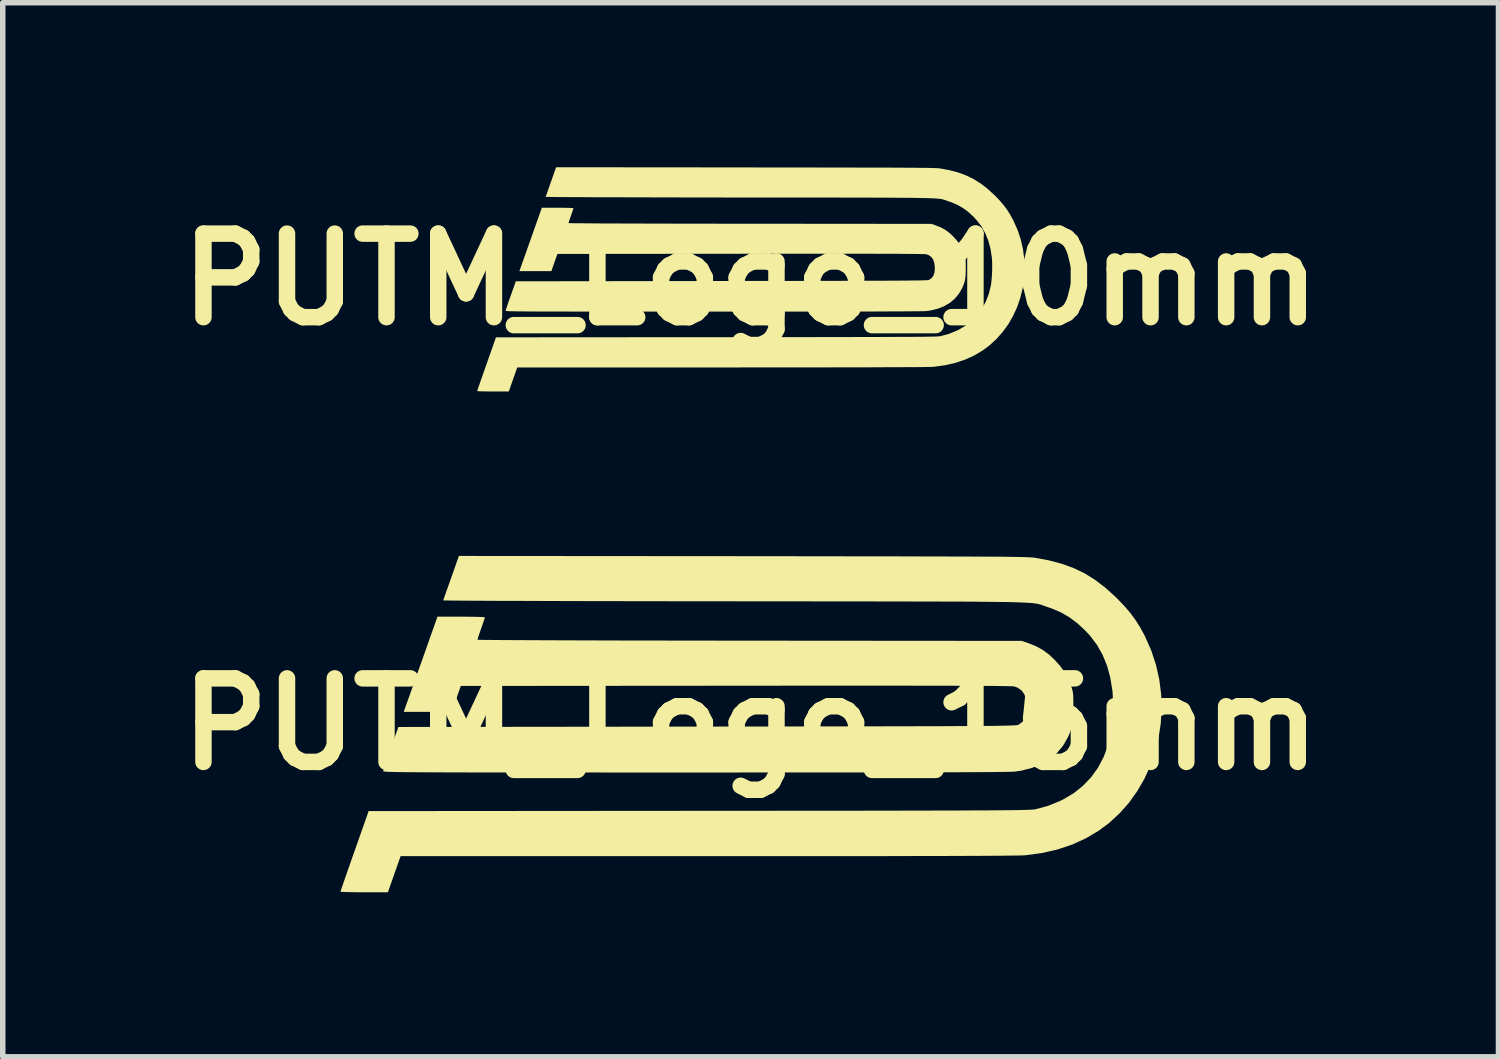
<source format=kicad_pcb>
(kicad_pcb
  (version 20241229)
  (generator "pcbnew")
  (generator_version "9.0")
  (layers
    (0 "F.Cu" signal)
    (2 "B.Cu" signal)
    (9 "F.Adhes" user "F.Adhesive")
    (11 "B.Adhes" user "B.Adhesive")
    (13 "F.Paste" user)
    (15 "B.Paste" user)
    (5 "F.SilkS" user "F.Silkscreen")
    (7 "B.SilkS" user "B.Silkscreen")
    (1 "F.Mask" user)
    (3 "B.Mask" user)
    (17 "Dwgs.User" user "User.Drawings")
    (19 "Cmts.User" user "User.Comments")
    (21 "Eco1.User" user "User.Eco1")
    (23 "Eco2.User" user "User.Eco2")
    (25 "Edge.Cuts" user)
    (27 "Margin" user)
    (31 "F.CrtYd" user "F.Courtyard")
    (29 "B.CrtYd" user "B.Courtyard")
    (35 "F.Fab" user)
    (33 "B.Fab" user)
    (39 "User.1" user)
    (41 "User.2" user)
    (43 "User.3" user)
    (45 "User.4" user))
  (footprint "PUTM_Logo_15mm"
    (layer "F.Cu")
    (at 10.639 10.156)
    (property "Reference" "PUTM_Logo_15mm" (at 0 0 0) (layer "F.SilkS") (effects (font (size 1.524 1.524) (thickness 0.3))))
    (attr board_only exclude_from_pos_files exclude_from_bom allow_missing_courtyard)
    (fp_poly (pts (xy -5.168 -1.959) (xy -5.068 -1.958) (xy -4.982 -1.956) (xy -4.914 -1.954) (xy -4.868 -1.951) (xy -4.847 -1.947) (xy -4.847 -1.946) (xy -4.851 -1.928) (xy -4.864 -1.887) (xy -4.884 -1.83) (xy -4.908 -1.761) (xy -4.914 -1.744) (xy -4.939 -1.673) (xy -4.959 -1.612) (xy -4.974 -1.566) (xy -4.981 -1.542) (xy -4.981 -1.54) (xy -4.966 -1.539) (xy -4.922 -1.537) (xy -4.85 -1.536) (xy -4.749 -1.535) (xy -4.621 -1.534) (xy -4.466 -1.533) (xy -4.286 -1.532) (xy -4.08 -1.531) (xy -3.849 -1.53) (xy -3.595 -1.529) (xy -3.317 -1.528) (xy -3.016 -1.527) (xy -2.693 -1.526) (xy -2.349 -1.525) (xy -1.984 -1.525) (xy -1.599 -1.524) (xy -1.195 -1.523) (xy -0.772 -1.523) (xy -0.331 -1.522) (xy -0.019 -1.522) (xy 4.944 -1.518) (xy 5.064 -1.477) (xy 5.207 -1.42) (xy 5.331 -1.351) (xy 5.447 -1.265) (xy 5.542 -1.175) (xy 5.651 -1.054) (xy 5.737 -0.93) (xy 5.805 -0.796) (xy 5.844 -0.696) (xy 5.86 -0.65) (xy 5.871 -0.611) (xy 5.878 -0.572) (xy 5.883 -0.526) (xy 5.885 -0.468) (xy 5.886 -0.391) (xy 5.886 -0.314) (xy 5.885 -0.192) (xy 5.88 -0.093) (xy 5.871 -0.011) (xy 5.855 0.063) (xy 5.832 0.133) (xy 5.801 0.208) (xy 5.783 0.247) (xy 5.696 0.397) (xy 5.586 0.527) (xy 5.455 0.639) (xy 5.302 0.729) (xy 5.13 0.799) (xy 4.94 0.848) (xy 4.812 0.867) (xy 4.785 0.868) (xy 4.735 0.87) (xy 4.661 0.871) (xy 4.562 0.872) (xy 4.438 0.874) (xy 4.288 0.875) (xy 4.114 0.876) (xy 3.913 0.877) (xy 3.687 0.878) (xy 3.434 0.878) (xy 3.154 0.879) (xy 2.848 0.88) (xy 2.514 0.88) (xy 2.152 0.881) (xy 1.763 0.881) (xy 1.345 0.882) (xy 0.899 0.882) (xy 0.425 0.882) (xy -0.079 0.882) (xy -0.613 0.883) (xy -1.017 0.883) (xy -1.508 0.883) (xy -1.969 0.883) (xy -2.403 0.883) (xy -2.81 0.882) (xy -3.19 0.882) (xy -3.544 0.882) (xy -3.874 0.882) (xy -4.181 0.882) (xy -4.464 0.882) (xy -4.725 0.882) (xy -4.966 0.881) (xy -5.186 0.881) (xy -5.387 0.88) (xy -5.569 0.88) (xy -5.734 0.879) (xy -5.882 0.879) (xy -6.014 0.878) (xy -6.131 0.877) (xy -6.234 0.877) (xy -6.325 0.876) (xy -6.402 0.875) (xy -6.469 0.874) (xy -6.525 0.872) (xy -6.571 0.871) (xy -6.609 0.87) (xy -6.638 0.868) (xy -6.661 0.866) (xy -6.678 0.865) (xy -6.689 0.863) (xy -6.696 0.861) (xy -6.7 0.859) (xy -6.701 0.857) (xy -6.701 0.856) (xy -6.696 0.836) (xy -6.682 0.791) (xy -6.66 0.726) (xy -6.633 0.644) (xy -6.6 0.55) (xy -6.564 0.448) (xy -6.562 0.441) (xy -6.423 0.052) (xy -0.792 0.045) (xy -0.303 0.044) (xy 0.157 0.044) (xy 0.589 0.043) (xy 0.994 0.042) (xy 1.372 0.042) (xy 1.725 0.041) (xy 2.054 0.041) (xy 2.358 0.04) (xy 2.64 0.039) (xy 2.9 0.039) (xy 3.139 0.038) (xy 3.358 0.038) (xy 3.558 0.037) (xy 3.739 0.036) (xy 3.903 0.035) (xy 4.051 0.034) (xy 4.182 0.034) (xy 4.299 0.033) (xy 4.403 0.032) (xy 4.493 0.031) (xy 4.571 0.029) (xy 4.638 0.028) (xy 4.694 0.027) (xy 4.742 0.025) (xy 4.78 0.024) (xy 4.812 0.022) (xy 4.836 0.021) (xy 4.854 0.019) (xy 4.868 0.017) (xy 4.878 0.015) (xy 4.884 0.013) (xy 4.886 0.012) (xy 4.954 -0.038) (xy 5.001 -0.101) (xy 5.029 -0.183) (xy 5.039 -0.285) (xy 5.038 -0.342) (xy 5.023 -0.456) (xy 4.991 -0.546) (xy 4.941 -0.615) (xy 4.87 -0.664) (xy 4.809 -0.687) (xy 4.795 -0.689) (xy 4.765 -0.69) (xy 4.717 -0.692) (xy 4.652 -0.693) (xy 4.568 -0.694) (xy 4.465 -0.696) (xy 4.342 -0.697) (xy 4.199 -0.697) (xy 4.036 -0.698) (xy 3.85 -0.699) (xy 3.643 -0.7) (xy 3.412 -0.7) (xy 3.158 -0.7) (xy 2.88 -0.701) (xy 2.576 -0.701) (xy 2.248 -0.701) (xy 1.893 -0.701) (xy 1.512 -0.701) (xy 1.103 -0.701) (xy 0.666 -0.701) (xy 0.201 -0.7) (xy -0.268 -0.7) (xy -5.285 -0.696) (xy -5.368 -0.46) (xy -5.451 -0.224) (xy -6.326 -0.224) (xy -6.306 -0.28) (xy -6.296 -0.309) (xy -6.277 -0.363) (xy -6.25 -0.438) (xy -6.217 -0.53) (xy -6.179 -0.638) (xy -6.137 -0.757) (xy -6.092 -0.884) (xy -6.045 -1.017) (xy -5.997 -1.151) (xy -5.95 -1.283) (xy -5.905 -1.411) (xy -5.863 -1.53) (xy -5.825 -1.639) (xy -5.791 -1.732) (xy -5.765 -1.808) (xy -5.745 -1.863) (xy -5.734 -1.894) (xy -5.734 -1.896) (xy -5.711 -1.96) (xy -5.279 -1.96)) (stroke (width 0) (type solid)) (fill yes) (layer "F.SilkS"))
    (fp_poly (pts (xy -0.143 -3.063) (xy 0.327 -3.062) (xy 0.769 -3.062) (xy 1.182 -3.061) (xy 1.569 -3.061) (xy 1.929 -3.06) (xy 2.264 -3.06) (xy 2.575 -3.06) (xy 2.862 -3.059) (xy 3.127 -3.058) (xy 3.371 -3.058) (xy 3.594 -3.057) (xy 3.798 -3.057) (xy 3.983 -3.056) (xy 4.15 -3.055) (xy 4.301 -3.054) (xy 4.436 -3.054) (xy 4.557 -3.053) (xy 4.663 -3.052) (xy 4.757 -3.05) (xy 4.838 -3.049) (xy 4.909 -3.048) (xy 4.969 -3.047) (xy 5.021 -3.045) (xy 5.064 -3.043) (xy 5.1 -3.042) (xy 5.129 -3.04) (xy 5.154 -3.038) (xy 5.174 -3.036) (xy 5.19 -3.034) (xy 5.192 -3.033) (xy 5.447 -2.985) (xy 5.68 -2.923) (xy 5.894 -2.845) (xy 6.094 -2.748) (xy 6.284 -2.63) (xy 6.468 -2.489) (xy 6.651 -2.324) (xy 6.687 -2.289) (xy 6.814 -2.157) (xy 6.921 -2.032) (xy 7.013 -1.908) (xy 7.097 -1.776) (xy 7.179 -1.628) (xy 7.195 -1.595) (xy 7.307 -1.341) (xy 7.393 -1.081) (xy 7.453 -0.815) (xy 7.487 -0.547) (xy 7.496 -0.279) (xy 7.48 -0.012) (xy 7.44 0.251) (xy 7.377 0.508) (xy 7.291 0.758) (xy 7.182 0.997) (xy 7.051 1.223) (xy 6.899 1.436) (xy 6.725 1.631) (xy 6.532 1.808) (xy 6.345 1.946) (xy 6.114 2.083) (xy 5.866 2.196) (xy 5.6 2.285) (xy 5.319 2.35) (xy 5.023 2.39) (xy 4.992 2.393) (xy 4.959 2.394) (xy 4.9 2.396) (xy 4.814 2.397) (xy 4.702 2.398) (xy 4.563 2.4) (xy 4.398 2.401) (xy 4.204 2.402) (xy 3.984 2.403) (xy 3.736 2.404) (xy 3.46 2.405) (xy 3.156 2.405) (xy 2.824 2.406) (xy 2.463 2.407) (xy 2.074 2.407) (xy 1.656 2.407) (xy 1.209 2.408) (xy 0.733 2.408) (xy 0.228 2.408) (xy -0.307 2.408) (xy -0.792 2.408) (xy -6.383 2.408) (xy -6.499 2.737) (xy -6.615 3.067) (xy -7.047 3.067) (xy -7.158 3.066) (xy -7.257 3.065) (xy -7.343 3.063) (xy -7.411 3.061) (xy -7.458 3.059) (xy -7.479 3.056) (xy -7.48 3.055) (xy -7.475 3.039) (xy -7.461 2.998) (xy -7.439 2.934) (xy -7.41 2.849) (xy -7.375 2.748) (xy -7.334 2.631) (xy -7.289 2.502) (xy -7.24 2.364) (xy -7.223 2.315) (xy -6.966 1.586) (xy -0.944 1.581) (xy -0.436 1.581) (xy 0.043 1.581) (xy 0.494 1.58) (xy 0.918 1.58) (xy 1.315 1.579) (xy 1.686 1.579) (xy 2.033 1.579) (xy 2.356 1.578) (xy 2.656 1.578) (xy 2.934 1.577) (xy 3.191 1.577) (xy 3.427 1.576) (xy 3.643 1.576) (xy 3.841 1.575) (xy 4.021 1.574) (xy 4.185 1.573) (xy 4.332 1.573) (xy 4.464 1.572) (xy 4.581 1.571) (xy 4.686 1.57) (xy 4.777 1.569) (xy 4.857 1.568) (xy 4.926 1.567) (xy 4.985 1.565) (xy 5.034 1.564) (xy 5.076 1.562) (xy 5.11 1.561) (xy 5.138 1.559) (xy 5.159 1.557) (xy 5.176 1.556) (xy 5.189 1.554) (xy 5.194 1.553) (xy 5.428 1.489) (xy 5.651 1.398) (xy 5.699 1.374) (xy 5.89 1.261) (xy 6.06 1.126) (xy 6.208 0.971) (xy 6.334 0.797) (xy 6.437 0.603) (xy 6.517 0.392) (xy 6.573 0.163) (xy 6.575 0.155) (xy 6.589 0.057) (xy 6.599 -0.063) (xy 6.606 -0.194) (xy 6.609 -0.328) (xy 6.608 -0.456) (xy 6.602 -0.568) (xy 6.598 -0.612) (xy 6.559 -0.85) (xy 6.5 -1.066) (xy 6.419 -1.264) (xy 6.316 -1.446) (xy 6.19 -1.613) (xy 6.103 -1.706) (xy 5.96 -1.839) (xy 5.817 -1.946) (xy 5.666 -2.034) (xy 5.5 -2.106) (xy 5.404 -2.139) (xy 5.378 -2.148) (xy 5.356 -2.156) (xy 5.336 -2.163) (xy 5.317 -2.17) (xy 5.298 -2.177) (xy 5.278 -2.183) (xy 5.256 -2.188) (xy 5.232 -2.194) (xy 5.204 -2.198) (xy 5.172 -2.203) (xy 5.134 -2.207) (xy 5.089 -2.211) (xy 5.037 -2.214) (xy 4.977 -2.217) (xy 4.907 -2.22) (xy 4.828 -2.222) (xy 4.737 -2.225) (xy 4.634 -2.227) (xy 4.518 -2.228) (xy 4.387 -2.23) (xy 4.242 -2.231) (xy 4.081 -2.233) (xy 3.903 -2.234) (xy 3.708 -2.235) (xy 3.493 -2.235) (xy 3.259 -2.236) (xy 3.005 -2.236) (xy 2.728 -2.237) (xy 2.43 -2.237) (xy 2.107 -2.238) (xy 1.761 -2.238) (xy 1.389 -2.238) (xy 0.991 -2.239) (xy 0.565 -2.239) (xy 0.111 -2.239) (xy -0.297 -2.24) (xy -0.693 -2.24) (xy -1.083 -2.24) (xy -1.463 -2.241) (xy -1.833 -2.242) (xy -2.193 -2.242) (xy -2.541 -2.243) (xy -2.875 -2.243) (xy -3.196 -2.244) (xy -3.501 -2.245) (xy -3.79 -2.246) (xy -4.062 -2.247) (xy -4.315 -2.248) (xy -4.549 -2.248) (xy -4.763 -2.249) (xy -4.955 -2.25) (xy -5.124 -2.251) (xy -5.27 -2.252) (xy -5.391 -2.253) (xy -5.486 -2.254) (xy -5.555 -2.255) (xy -5.595 -2.256) (xy -5.607 -2.257) (xy -5.601 -2.274) (xy -5.586 -2.315) (xy -5.564 -2.377) (xy -5.536 -2.457) (xy -5.503 -2.549) (xy -5.467 -2.652) (xy -5.461 -2.668) (xy -5.32 -3.067)) (stroke (width 0) (type solid)) (fill yes) (layer "F.SilkS")))
  (footprint "PUTM_Logo_10mm"
    (layer "F.Cu")
    (at 10.639 2.045)
    (property "Reference" "PUTM_Logo_10mm" (at 0 0 0) (layer "F.SilkS") (effects (font (size 1.524 1.524) (thickness 0.3))))
    (attr board_only exclude_from_pos_files exclude_from_bom allow_missing_courtyard)
    (fp_poly (pts (xy -3.445 -1.306) (xy -3.379 -1.305) (xy -3.321 -1.304) (xy -3.276 -1.302) (xy -3.245 -1.3) (xy -3.232 -1.298) (xy -3.231 -1.298) (xy -3.234 -1.285) (xy -3.243 -1.258) (xy -3.256 -1.22) (xy -3.272 -1.174) (xy -3.276 -1.162) (xy -3.293 -1.115) (xy -3.306 -1.074) (xy -3.316 -1.044) (xy -3.321 -1.028) (xy -3.321 -1.027) (xy -3.311 -1.026) (xy -3.282 -1.025) (xy -3.233 -1.024) (xy -3.166 -1.023) (xy -3.081 -1.023) (xy -2.978 -1.022) (xy -2.857 -1.021) (xy -2.72 -1.02) (xy -2.566 -1.02) (xy -2.396 -1.019) (xy -2.211 -1.018) (xy -2.011 -1.018) (xy -1.796 -1.017) (xy -1.566 -1.017) (xy -1.323 -1.016) (xy -1.066 -1.016) (xy -0.797 -1.016) (xy -0.515 -1.015) (xy -0.22 -1.015) (xy -0.012 -1.015) (xy 3.296 -1.012) (xy 3.376 -0.985) (xy 3.471 -0.947) (xy 3.554 -0.901) (xy 3.631 -0.843) (xy 3.695 -0.783) (xy 3.767 -0.702) (xy 3.825 -0.62) (xy 3.87 -0.531) (xy 3.896 -0.464) (xy 3.906 -0.434) (xy 3.914 -0.408) (xy 3.919 -0.381) (xy 3.922 -0.351) (xy 3.923 -0.312) (xy 3.924 -0.26) (xy 3.924 -0.209) (xy 3.923 -0.128) (xy 3.92 -0.062) (xy 3.914 -0.007) (xy 3.903 0.042) (xy 3.888 0.089) (xy 3.867 0.139) (xy 3.856 0.165) (xy 3.797 0.264) (xy 3.724 0.352) (xy 3.636 0.426) (xy 3.535 0.486) (xy 3.42 0.533) (xy 3.293 0.565) (xy 3.208 0.578) (xy 3.19 0.579) (xy 3.157 0.58) (xy 3.107 0.581) (xy 3.041 0.582) (xy 2.958 0.582) (xy 2.859 0.583) (xy 2.743 0.584) (xy 2.609 0.584) (xy 2.458 0.585) (xy 2.289 0.586) (xy 2.103 0.586) (xy 1.898 0.587) (xy 1.676 0.587) (xy 1.435 0.587) (xy 1.175 0.588) (xy 0.897 0.588) (xy 0.6 0.588) (xy 0.283 0.588) (xy -0.053 0.588) (xy -0.409 0.588) (xy -0.678 0.588) (xy -1.005 0.588) (xy -1.313 0.588) (xy -1.602 0.588) (xy -1.873 0.588) (xy -2.127 0.588) (xy -2.363 0.588) (xy -2.583 0.588) (xy -2.787 0.588) (xy -2.976 0.588) (xy -3.15 0.588) (xy -3.311 0.587) (xy -3.457 0.587) (xy -3.591 0.587) (xy -3.713 0.587) (xy -3.822 0.586) (xy -3.921 0.586) (xy -4.009 0.585) (xy -4.087 0.585) (xy -4.156 0.584) (xy -4.216 0.584) (xy -4.268 0.583) (xy -4.313 0.582) (xy -4.35 0.582) (xy -4.381 0.581) (xy -4.406 0.58) (xy -4.426 0.579) (xy -4.441 0.578) (xy -4.452 0.577) (xy -4.459 0.575) (xy -4.464 0.574) (xy -4.466 0.573) (xy -4.467 0.571) (xy -4.467 0.571) (xy -4.464 0.557) (xy -4.454 0.527) (xy -4.44 0.484) (xy -4.422 0.43) (xy -4.4 0.367) (xy -4.376 0.299) (xy -4.374 0.294) (xy -4.282 0.035) (xy -0.528 0.03) (xy -0.202 0.029) (xy 0.105 0.029) (xy 0.393 0.029) (xy 0.663 0.028) (xy 0.915 0.028) (xy 1.15 0.027) (xy 1.369 0.027) (xy 1.572 0.027) (xy 1.76 0.026) (xy 1.934 0.026) (xy 2.093 0.025) (xy 2.239 0.025) (xy 2.372 0.025) (xy 2.493 0.024) (xy 2.602 0.024) (xy 2.7 0.023) (xy 2.788 0.022) (xy 2.866 0.022) (xy 2.935 0.021) (xy 2.995 0.02) (xy 3.047 0.02) (xy 3.092 0.019) (xy 3.13 0.018) (xy 3.161 0.017) (xy 3.187 0.016) (xy 3.208 0.015) (xy 3.224 0.014) (xy 3.236 0.013) (xy 3.245 0.011) (xy 3.252 0.01) (xy 3.256 0.009) (xy 3.257 0.008) (xy 3.303 -0.025) (xy 3.334 -0.068) (xy 3.353 -0.122) (xy 3.359 -0.19) (xy 3.359 -0.228) (xy 3.349 -0.304) (xy 3.328 -0.364) (xy 3.294 -0.41) (xy 3.247 -0.443) (xy 3.206 -0.458) (xy 3.197 -0.459) (xy 3.176 -0.46) (xy 3.145 -0.461) (xy 3.101 -0.462) (xy 3.045 -0.463) (xy 2.977 -0.464) (xy 2.895 -0.464) (xy 2.8 -0.465) (xy 2.69 -0.466) (xy 2.567 -0.466) (xy 2.428 -0.466) (xy 2.275 -0.467) (xy 2.105 -0.467) (xy 1.92 -0.467) (xy 1.718 -0.467) (xy 1.499 -0.467) (xy 1.262 -0.467) (xy 1.008 -0.467) (xy 0.735 -0.467) (xy 0.444 -0.467) (xy 0.134 -0.467) (xy -0.178 -0.467) (xy -3.523 -0.464) (xy -3.579 -0.307) (xy -3.634 -0.15) (xy -4.217 -0.15) (xy -4.204 -0.187) (xy -4.197 -0.206) (xy -4.185 -0.242) (xy -4.167 -0.292) (xy -4.145 -0.354) (xy -4.119 -0.425) (xy -4.091 -0.505) (xy -4.061 -0.59) (xy -4.03 -0.678) (xy -3.998 -0.767) (xy -3.967 -0.855) (xy -3.937 -0.941) (xy -3.909 -1.02) (xy -3.883 -1.093) (xy -3.861 -1.155) (xy -3.843 -1.206) (xy -3.83 -1.242) (xy -3.823 -1.262) (xy -3.822 -1.264) (xy -3.808 -1.306) (xy -3.519 -1.306)) (stroke (width 0) (type solid)) (fill yes) (layer "F.SilkS"))
    (fp_poly (pts (xy -0.095 -2.042) (xy 0.218 -2.041) (xy 0.513 -2.041) (xy 0.788 -2.041) (xy 1.046 -2.041) (xy 1.286 -2.04) (xy 1.509 -2.04) (xy 1.716 -2.04) (xy 1.908 -2.039) (xy 2.085 -2.039) (xy 2.247 -2.039) (xy 2.396 -2.038) (xy 2.532 -2.038) (xy 2.655 -2.037) (xy 2.767 -2.037) (xy 2.868 -2.036) (xy 2.958 -2.036) (xy 3.038 -2.035) (xy 3.109 -2.034) (xy 3.171 -2.034) (xy 3.225 -2.033) (xy 3.273 -2.032) (xy 3.313 -2.031) (xy 3.347 -2.03) (xy 3.376 -2.029) (xy 3.4 -2.028) (xy 3.42 -2.027) (xy 3.436 -2.025) (xy 3.449 -2.024) (xy 3.46 -2.022) (xy 3.461 -2.022) (xy 3.632 -1.99) (xy 3.787 -1.949) (xy 3.93 -1.896) (xy 4.063 -1.832) (xy 4.189 -1.753) (xy 4.312 -1.66) (xy 4.434 -1.549) (xy 4.458 -1.526) (xy 4.543 -1.438) (xy 4.614 -1.355) (xy 4.676 -1.272) (xy 4.732 -1.184) (xy 4.786 -1.085) (xy 4.797 -1.063) (xy 4.872 -0.894) (xy 4.929 -0.72) (xy 4.968 -0.543) (xy 4.991 -0.365) (xy 4.997 -0.186) (xy 4.987 -0.008) (xy 4.96 0.168) (xy 4.918 0.339) (xy 4.861 0.505) (xy 4.788 0.664) (xy 4.701 0.816) (xy 4.599 0.957) (xy 4.484 1.087) (xy 4.354 1.206) (xy 4.23 1.298) (xy 4.076 1.389) (xy 3.91 1.464) (xy 3.734 1.523) (xy 3.546 1.566) (xy 3.349 1.593) (xy 3.328 1.595) (xy 3.306 1.596) (xy 3.267 1.597) (xy 3.21 1.598) (xy 3.135 1.599) (xy 3.042 1.6) (xy 2.932 1.6) (xy 2.803 1.601) (xy 2.656 1.602) (xy 2.49 1.602) (xy 2.306 1.603) (xy 2.104 1.604) (xy 1.882 1.604) (xy 1.642 1.604) (xy 1.383 1.605) (xy 1.104 1.605) (xy 0.806 1.605) (xy 0.489 1.605) (xy 0.152 1.605) (xy -0.205 1.606) (xy -0.528 1.606) (xy -4.256 1.606) (xy -4.333 1.825) (xy -4.41 2.044) (xy -4.698 2.044) (xy -4.772 2.044) (xy -4.838 2.043) (xy -4.896 2.042) (xy -4.941 2.041) (xy -4.972 2.039) (xy -4.986 2.037) (xy -4.987 2.037) (xy -4.983 2.026) (xy -4.974 1.999) (xy -4.96 1.956) (xy -4.94 1.9) (xy -4.917 1.832) (xy -4.889 1.754) (xy -4.859 1.668) (xy -4.827 1.576) (xy -4.815 1.543) (xy -4.644 1.057) (xy -0.629 1.054) (xy -0.29 1.054) (xy 0.029 1.054) (xy 0.329 1.053) (xy 0.612 1.053) (xy 0.877 1.053) (xy 1.124 1.053) (xy 1.355 1.052) (xy 1.571 1.052) (xy 1.771 1.052) (xy 1.956 1.051) (xy 2.127 1.051) (xy 2.284 1.051) (xy 2.429 1.05) (xy 2.561 1.05) (xy 2.681 1.049) (xy 2.79 1.049) (xy 2.888 1.048) (xy 2.976 1.048) (xy 3.054 1.047) (xy 3.124 1.047) (xy 3.185 1.046) (xy 3.238 1.045) (xy 3.284 1.044) (xy 3.323 1.044) (xy 3.356 1.043) (xy 3.384 1.042) (xy 3.407 1.041) (xy 3.425 1.039) (xy 3.44 1.038) (xy 3.451 1.037) (xy 3.46 1.036) (xy 3.463 1.035) (xy 3.618 0.993) (xy 3.767 0.932) (xy 3.8 0.916) (xy 3.927 0.84) (xy 4.04 0.751) (xy 4.139 0.647) (xy 4.222 0.531) (xy 4.291 0.402) (xy 4.345 0.261) (xy 4.382 0.108) (xy 4.383 0.103) (xy 4.392 0.038) (xy 4.399 -0.042) (xy 4.404 -0.129) (xy 4.406 -0.219) (xy 4.405 -0.304) (xy 4.401 -0.379) (xy 4.398 -0.408) (xy 4.373 -0.566) (xy 4.333 -0.711) (xy 4.279 -0.843) (xy 4.211 -0.964) (xy 4.126 -1.075) (xy 4.069 -1.138) (xy 3.974 -1.226) (xy 3.878 -1.298) (xy 3.777 -1.356) (xy 3.667 -1.404) (xy 3.603 -1.426) (xy 3.586 -1.432) (xy 3.571 -1.437) (xy 3.557 -1.442) (xy 3.544 -1.447) (xy 3.532 -1.451) (xy 3.519 -1.455) (xy 3.504 -1.459) (xy 3.488 -1.462) (xy 3.469 -1.466) (xy 3.448 -1.469) (xy 3.422 -1.471) (xy 3.393 -1.474) (xy 3.358 -1.476) (xy 3.318 -1.478) (xy 3.272 -1.48) (xy 3.218 -1.482) (xy 3.158 -1.483) (xy 3.089 -1.484) (xy 3.012 -1.486) (xy 2.925 -1.487) (xy 2.828 -1.488) (xy 2.721 -1.488) (xy 2.602 -1.489) (xy 2.472 -1.49) (xy 2.329 -1.49) (xy 2.173 -1.491) (xy 2.003 -1.491) (xy 1.819 -1.491) (xy 1.62 -1.492) (xy 1.405 -1.492) (xy 1.174 -1.492) (xy 0.926 -1.492) (xy 0.66 -1.492) (xy 0.377 -1.493) (xy 0.074 -1.493) (xy -0.198 -1.493) (xy -0.462 -1.493) (xy -0.722 -1.494) (xy -0.975 -1.494) (xy -1.222 -1.494) (xy -1.462 -1.495) (xy -1.694 -1.495) (xy -1.917 -1.496) (xy -2.13 -1.496) (xy -2.334 -1.497) (xy -2.527 -1.497) (xy -2.708 -1.498) (xy -2.877 -1.498) (xy -3.033 -1.499) (xy -3.175 -1.5) (xy -3.303 -1.5) (xy -3.416 -1.501) (xy -3.513 -1.501) (xy -3.594 -1.502) (xy -3.657 -1.503) (xy -3.703 -1.503) (xy -3.73 -1.504) (xy -3.738 -1.505) (xy -3.734 -1.516) (xy -3.724 -1.543) (xy -3.709 -1.585) (xy -3.691 -1.638) (xy -3.669 -1.7) (xy -3.645 -1.768) (xy -3.641 -1.779) (xy -3.547 -2.045)) (stroke (width 0) (type solid)) (fill yes) (layer "F.SilkS")))
  (gr_rect
    (start -3 -3)
    (end 24.278 16.223)
    (stroke (width 0.1) (type default))
    (fill no)
    (layer "Edge.Cuts")))
</source>
